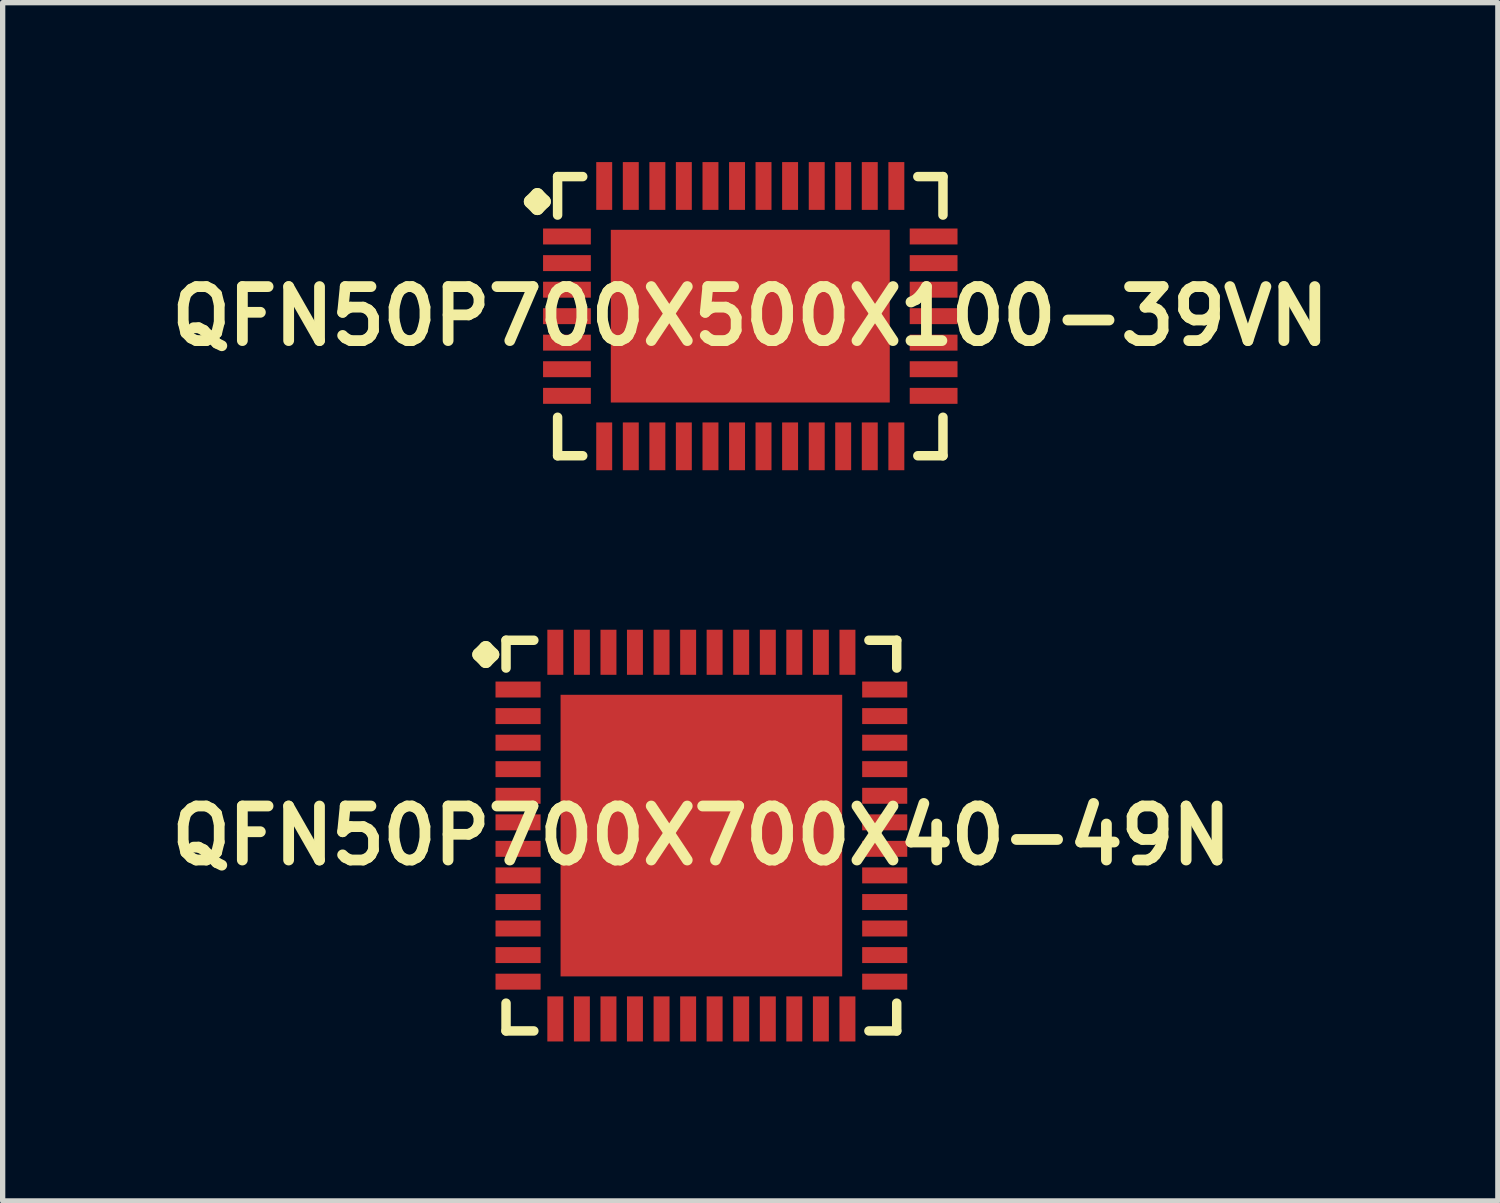
<source format=kicad_pcb>
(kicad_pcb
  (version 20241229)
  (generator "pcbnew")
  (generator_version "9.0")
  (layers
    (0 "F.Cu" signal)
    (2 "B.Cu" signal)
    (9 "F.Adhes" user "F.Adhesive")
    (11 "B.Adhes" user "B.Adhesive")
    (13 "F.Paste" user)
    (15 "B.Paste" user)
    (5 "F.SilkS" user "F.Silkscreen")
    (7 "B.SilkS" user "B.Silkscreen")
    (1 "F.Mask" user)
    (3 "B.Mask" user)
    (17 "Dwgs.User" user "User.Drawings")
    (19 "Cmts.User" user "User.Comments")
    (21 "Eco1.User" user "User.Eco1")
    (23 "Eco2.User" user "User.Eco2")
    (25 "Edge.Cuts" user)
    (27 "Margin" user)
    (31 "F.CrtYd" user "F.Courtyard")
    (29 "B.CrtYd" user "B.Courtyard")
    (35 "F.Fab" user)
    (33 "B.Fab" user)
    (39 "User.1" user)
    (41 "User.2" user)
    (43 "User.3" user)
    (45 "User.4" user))
  (footprint "QFN50P700X700X40-49N"
    (layer "F.Cu")
    (at 10.145 12.67)
    (property "Reference" "QFN50P700X700X40-49N" (at 0 0 0) (layer "F.SilkS") (effects (font (size 1.016 1.016) (thickness 0.203))))
    (attr smd)
    (fp_line (start -4.183 -3.406) (end -4.056 -3.533) (stroke (width 0.254) (type solid)) (layer "F.SilkS"))
    (fp_line (start -4.056 -3.533) (end -3.929 -3.406) (stroke (width 0.254) (type solid)) (layer "F.SilkS"))
    (fp_line (start -4.056 -3.279) (end -4.183 -3.406) (stroke (width 0.254) (type solid)) (layer "F.SilkS"))
    (fp_line (start -3.929 -3.406) (end -4.056 -3.279) (stroke (width 0.254) (type solid)) (layer "F.SilkS"))
    (fp_line (start -3.675 -3.675) (end -3.152 -3.675) (stroke (width 0.178) (type solid)) (layer "F.SilkS"))
    (fp_line (start -3.675 -3.152) (end -3.675 -3.675) (stroke (width 0.178) (type solid)) (layer "F.SilkS"))
    (fp_line (start -3.675 3.152) (end -3.675 3.675) (stroke (width 0.178) (type solid)) (layer "F.SilkS"))
    (fp_line (start -3.675 3.675) (end -3.152 3.675) (stroke (width 0.178) (type solid)) (layer "F.SilkS"))
    (fp_line (start 3.152 -3.675) (end 3.675 -3.675) (stroke (width 0.178) (type solid)) (layer "F.SilkS"))
    (fp_line (start 3.152 3.675) (end 3.675 3.675) (stroke (width 0.178) (type solid)) (layer "F.SilkS"))
    (fp_line (start 3.675 -3.675) (end 3.675 -3.152) (stroke (width 0.178) (type solid)) (layer "F.SilkS"))
    (fp_line (start 3.675 3.675) (end 3.675 3.152) (stroke (width 0.178) (type solid)) (layer "F.SilkS"))
    (pad "1" smd rect (at -3.449 -2.748) (size 0.848 0.3) (layers "F.Cu" "F.Mask" "F.Paste"))
    (pad "2" smd rect (at -3.449 -2.248) (size 0.848 0.3) (layers "F.Cu" "F.Mask" "F.Paste"))
    (pad "3" smd rect (at -3.449 -1.748) (size 0.848 0.3) (layers "F.Cu" "F.Mask" "F.Paste"))
    (pad "4" smd rect (at -3.449 -1.25) (size 0.848 0.3) (layers "F.Cu" "F.Mask" "F.Paste"))
    (pad "5" smd rect (at -3.449 -0.749) (size 0.848 0.3) (layers "F.Cu" "F.Mask" "F.Paste"))
    (pad "6" smd rect (at -3.449 -0.249) (size 0.848 0.3) (layers "F.Cu" "F.Mask" "F.Paste"))
    (pad "7" smd rect (at -3.449 0.249) (size 0.848 0.3) (layers "F.Cu" "F.Mask" "F.Paste"))
    (pad "8" smd rect (at -3.449 0.749) (size 0.848 0.3) (layers "F.Cu" "F.Mask" "F.Paste"))
    (pad "9" smd rect (at -3.449 1.25) (size 0.848 0.3) (layers "F.Cu" "F.Mask" "F.Paste"))
    (pad "10" smd rect (at -3.449 1.748) (size 0.848 0.3) (layers "F.Cu" "F.Mask" "F.Paste"))
    (pad "11" smd rect (at -3.449 2.248) (size 0.848 0.3) (layers "F.Cu" "F.Mask" "F.Paste"))
    (pad "12" smd rect (at -3.449 2.748) (size 0.848 0.3) (layers "F.Cu" "F.Mask" "F.Paste"))
    (pad "13" smd rect (at -2.748 3.449) (size 0.3 0.848) (layers "F.Cu" "F.Mask" "F.Paste"))
    (pad "14" smd rect (at -2.248 3.449) (size 0.3 0.848) (layers "F.Cu" "F.Mask" "F.Paste"))
    (pad "15" smd rect (at -1.748 3.449) (size 0.3 0.848) (layers "F.Cu" "F.Mask" "F.Paste"))
    (pad "16" smd rect (at -1.25 3.449) (size 0.3 0.848) (layers "F.Cu" "F.Mask" "F.Paste"))
    (pad "17" smd rect (at -0.749 3.449) (size 0.3 0.848) (layers "F.Cu" "F.Mask" "F.Paste"))
    (pad "18" smd rect (at -0.249 3.449) (size 0.3 0.848) (layers "F.Cu" "F.Mask" "F.Paste"))
    (pad "19" smd rect (at 0.249 3.449) (size 0.3 0.848) (layers "F.Cu" "F.Mask" "F.Paste"))
    (pad "20" smd rect (at 0.749 3.449) (size 0.3 0.848) (layers "F.Cu" "F.Mask" "F.Paste"))
    (pad "21" smd rect (at 1.25 3.449) (size 0.3 0.848) (layers "F.Cu" "F.Mask" "F.Paste"))
    (pad "22" smd rect (at 1.748 3.449) (size 0.3 0.848) (layers "F.Cu" "F.Mask" "F.Paste"))
    (pad "23" smd rect (at 2.248 3.449) (size 0.3 0.848) (layers "F.Cu" "F.Mask" "F.Paste"))
    (pad "24" smd rect (at 2.748 3.449) (size 0.3 0.848) (layers "F.Cu" "F.Mask" "F.Paste"))
    (pad "25" smd rect (at 3.449 2.748) (size 0.848 0.3) (layers "F.Cu" "F.Mask" "F.Paste"))
    (pad "26" smd rect (at 3.449 2.248) (size 0.848 0.3) (layers "F.Cu" "F.Mask" "F.Paste"))
    (pad "27" smd rect (at 3.449 1.748) (size 0.848 0.3) (layers "F.Cu" "F.Mask" "F.Paste"))
    (pad "28" smd rect (at 3.449 1.25) (size 0.848 0.3) (layers "F.Cu" "F.Mask" "F.Paste"))
    (pad "29" smd rect (at 3.449 0.749) (size 0.848 0.3) (layers "F.Cu" "F.Mask" "F.Paste"))
    (pad "30" smd rect (at 3.449 0.249) (size 0.848 0.3) (layers "F.Cu" "F.Mask" "F.Paste"))
    (pad "31" smd rect (at 3.449 -0.249) (size 0.848 0.3) (layers "F.Cu" "F.Mask" "F.Paste"))
    (pad "32" smd rect (at 3.449 -0.749) (size 0.848 0.3) (layers "F.Cu" "F.Mask" "F.Paste"))
    (pad "33" smd rect (at 3.449 -1.25) (size 0.848 0.3) (layers "F.Cu" "F.Mask" "F.Paste"))
    (pad "34" smd rect (at 3.449 -1.748) (size 0.848 0.3) (layers "F.Cu" "F.Mask" "F.Paste"))
    (pad "35" smd rect (at 3.449 -2.248) (size 0.848 0.3) (layers "F.Cu" "F.Mask" "F.Paste"))
    (pad "36" smd rect (at 3.449 -2.748) (size 0.848 0.3) (layers "F.Cu" "F.Mask" "F.Paste"))
    (pad "37" smd rect (at 2.748 -3.449) (size 0.3 0.848) (layers "F.Cu" "F.Mask" "F.Paste"))
    (pad "38" smd rect (at 2.248 -3.449) (size 0.3 0.848) (layers "F.Cu" "F.Mask" "F.Paste"))
    (pad "39" smd rect (at 1.748 -3.449) (size 0.3 0.848) (layers "F.Cu" "F.Mask" "F.Paste"))
    (pad "40" smd rect (at 1.25 -3.449) (size 0.3 0.848) (layers "F.Cu" "F.Mask" "F.Paste"))
    (pad "41" smd rect (at 0.749 -3.449) (size 0.3 0.848) (layers "F.Cu" "F.Mask" "F.Paste"))
    (pad "42" smd rect (at 0.249 -3.449) (size 0.3 0.848) (layers "F.Cu" "F.Mask" "F.Paste"))
    (pad "43" smd rect (at -0.249 -3.449) (size 0.3 0.848) (layers "F.Cu" "F.Mask" "F.Paste"))
    (pad "44" smd rect (at -0.749 -3.449) (size 0.3 0.848) (layers "F.Cu" "F.Mask" "F.Paste"))
    (pad "45" smd rect (at -1.25 -3.449) (size 0.3 0.848) (layers "F.Cu" "F.Mask" "F.Paste"))
    (pad "46" smd rect (at -1.748 -3.449) (size 0.3 0.848) (layers "F.Cu" "F.Mask" "F.Paste"))
    (pad "47" smd rect (at -2.248 -3.449) (size 0.3 0.848) (layers "F.Cu" "F.Mask" "F.Paste"))
    (pad "48" smd rect (at -2.748 -3.449) (size 0.3 0.848) (layers "F.Cu" "F.Mask" "F.Paste"))
    (pad "49" smd rect (at 0 0) (size 5.298 5.298) (layers "F.Cu" "F.Mask" "F.Paste")))
  (footprint "QFN50P700X500X100-39VN"
    (layer "F.Cu")
    (at 11.065 2.898)
    (property "Reference" "QFN50P700X500X100-39VN" (at 0 0 0) (layer "F.SilkS") (effects (font (size 1.016 1.016) (thickness 0.203))))
    (attr smd)
    (fp_line (start -4.133 -2.156) (end -4.006 -2.283) (stroke (width 0.254) (type solid)) (layer "F.SilkS"))
    (fp_line (start -4.006 -2.283) (end -3.879 -2.156) (stroke (width 0.254) (type solid)) (layer "F.SilkS"))
    (fp_line (start -4.006 -2.029) (end -4.133 -2.156) (stroke (width 0.254) (type solid)) (layer "F.SilkS"))
    (fp_line (start -3.879 -2.156) (end -4.006 -2.029) (stroke (width 0.254) (type solid)) (layer "F.SilkS"))
    (fp_line (start -3.625 -2.626) (end -3.152 -2.626) (stroke (width 0.178) (type solid)) (layer "F.SilkS"))
    (fp_line (start -3.625 -1.902) (end -3.625 -2.626) (stroke (width 0.178) (type solid)) (layer "F.SilkS"))
    (fp_line (start -3.625 1.902) (end -3.625 2.626) (stroke (width 0.178) (type solid)) (layer "F.SilkS"))
    (fp_line (start -3.625 2.626) (end -3.152 2.626) (stroke (width 0.178) (type solid)) (layer "F.SilkS"))
    (fp_line (start 3.152 -2.626) (end 3.625 -2.626) (stroke (width 0.178) (type solid)) (layer "F.SilkS"))
    (fp_line (start 3.152 2.626) (end 3.625 2.626) (stroke (width 0.178) (type solid)) (layer "F.SilkS"))
    (fp_line (start 3.625 -2.626) (end 3.625 -1.902) (stroke (width 0.178) (type solid)) (layer "F.SilkS"))
    (fp_line (start 3.625 2.626) (end 3.625 1.902) (stroke (width 0.178) (type solid)) (layer "F.SilkS"))
    (pad "1" smd rect (at -3.449 -1.499) (size 0.899 0.3) (layers "F.Cu" "F.Mask" "F.Paste"))
    (pad "2" smd rect (at -3.449 -0.998) (size 0.899 0.3) (layers "F.Cu" "F.Mask" "F.Paste"))
    (pad "3" smd rect (at -3.449 -0.498) (size 0.899 0.3) (layers "F.Cu" "F.Mask" "F.Paste"))
    (pad "4" smd rect (at -3.449 0) (size 0.899 0.3) (layers "F.Cu" "F.Mask" "F.Paste"))
    (pad "5" smd rect (at -3.449 0.498) (size 0.899 0.3) (layers "F.Cu" "F.Mask" "F.Paste"))
    (pad "6" smd rect (at -3.449 0.998) (size 0.899 0.3) (layers "F.Cu" "F.Mask" "F.Paste"))
    (pad "7" smd rect (at -3.449 1.499) (size 0.899 0.3) (layers "F.Cu" "F.Mask" "F.Paste"))
    (pad "8" smd rect (at -2.748 2.449) (size 0.3 0.899) (layers "F.Cu" "F.Mask" "F.Paste"))
    (pad "9" smd rect (at -2.248 2.449) (size 0.3 0.899) (layers "F.Cu" "F.Mask" "F.Paste"))
    (pad "10" smd rect (at -1.748 2.449) (size 0.3 0.899) (layers "F.Cu" "F.Mask" "F.Paste"))
    (pad "11" smd rect (at -1.25 2.449) (size 0.3 0.899) (layers "F.Cu" "F.Mask" "F.Paste"))
    (pad "12" smd rect (at -0.749 2.449) (size 0.3 0.899) (layers "F.Cu" "F.Mask" "F.Paste"))
    (pad "13" smd rect (at -0.249 2.449) (size 0.3 0.899) (layers "F.Cu" "F.Mask" "F.Paste"))
    (pad "14" smd rect (at 0.249 2.449) (size 0.3 0.899) (layers "F.Cu" "F.Mask" "F.Paste"))
    (pad "15" smd rect (at 0.749 2.449) (size 0.3 0.899) (layers "F.Cu" "F.Mask" "F.Paste"))
    (pad "16" smd rect (at 1.25 2.449) (size 0.3 0.899) (layers "F.Cu" "F.Mask" "F.Paste"))
    (pad "17" smd rect (at 1.748 2.449) (size 0.3 0.899) (layers "F.Cu" "F.Mask" "F.Paste"))
    (pad "18" smd rect (at 2.248 2.449) (size 0.3 0.899) (layers "F.Cu" "F.Mask" "F.Paste"))
    (pad "19" smd rect (at 2.748 2.449) (size 0.3 0.899) (layers "F.Cu" "F.Mask" "F.Paste"))
    (pad "20" smd rect (at 3.449 1.499) (size 0.899 0.3) (layers "F.Cu" "F.Mask" "F.Paste"))
    (pad "21" smd rect (at 3.449 0.998) (size 0.899 0.3) (layers "F.Cu" "F.Mask" "F.Paste"))
    (pad "22" smd rect (at 3.449 0.498) (size 0.899 0.3) (layers "F.Cu" "F.Mask" "F.Paste"))
    (pad "23" smd rect (at 3.449 0) (size 0.899 0.3) (layers "F.Cu" "F.Mask" "F.Paste"))
    (pad "24" smd rect (at 3.449 -0.498) (size 0.899 0.3) (layers "F.Cu" "F.Mask" "F.Paste"))
    (pad "25" smd rect (at 3.449 -0.998) (size 0.899 0.3) (layers "F.Cu" "F.Mask" "F.Paste"))
    (pad "26" smd rect (at 3.449 -1.499) (size 0.899 0.3) (layers "F.Cu" "F.Mask" "F.Paste"))
    (pad "27" smd rect (at 2.748 -2.449) (size 0.3 0.899) (layers "F.Cu" "F.Mask" "F.Paste"))
    (pad "28" smd rect (at 2.248 -2.449) (size 0.3 0.899) (layers "F.Cu" "F.Mask" "F.Paste"))
    (pad "29" smd rect (at 1.748 -2.449) (size 0.3 0.899) (layers "F.Cu" "F.Mask" "F.Paste"))
    (pad "30" smd rect (at 1.25 -2.449) (size 0.3 0.899) (layers "F.Cu" "F.Mask" "F.Paste"))
    (pad "31" smd rect (at 0.749 -2.449) (size 0.3 0.899) (layers "F.Cu" "F.Mask" "F.Paste"))
    (pad "32" smd rect (at 0.249 -2.449) (size 0.3 0.899) (layers "F.Cu" "F.Mask" "F.Paste"))
    (pad "33" smd rect (at -0.249 -2.449) (size 0.3 0.899) (layers "F.Cu" "F.Mask" "F.Paste"))
    (pad "34" smd rect (at -0.749 -2.449) (size 0.3 0.899) (layers "F.Cu" "F.Mask" "F.Paste"))
    (pad "35" smd rect (at -1.25 -2.449) (size 0.3 0.899) (layers "F.Cu" "F.Mask" "F.Paste"))
    (pad "36" smd rect (at -1.748 -2.449) (size 0.3 0.899) (layers "F.Cu" "F.Mask" "F.Paste"))
    (pad "37" smd rect (at -2.248 -2.449) (size 0.3 0.899) (layers "F.Cu" "F.Mask" "F.Paste"))
    (pad "38" smd rect (at -2.748 -2.449) (size 0.3 0.899) (layers "F.Cu" "F.Mask" "F.Paste"))
    (pad "39" smd rect (at 0 0) (size 5.248 3.249) (layers "F.Cu" "F.Mask" "F.Paste")))
  (gr_rect
    (start -3 -3)
    (end 25.129 19.543)
    (stroke (width 0.1) (type default))
    (fill no)
    (layer "Edge.Cuts")))
</source>
